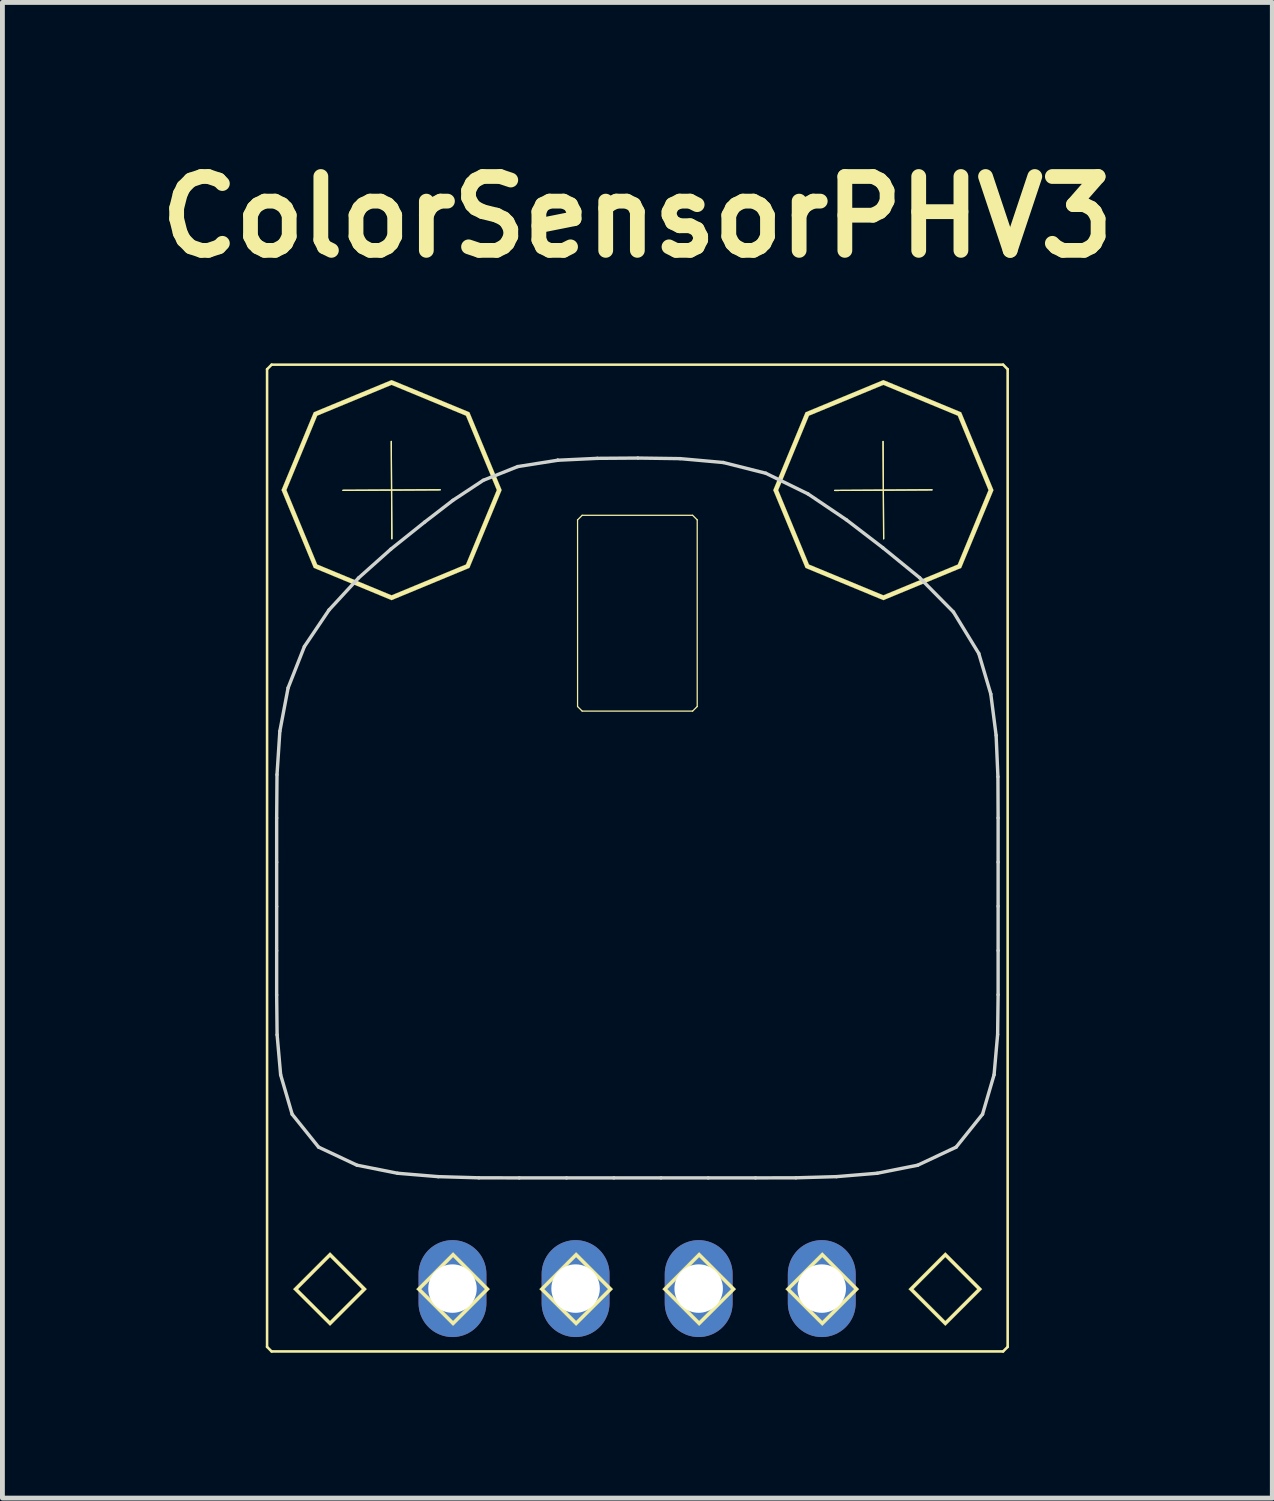
<source format=kicad_pcb>
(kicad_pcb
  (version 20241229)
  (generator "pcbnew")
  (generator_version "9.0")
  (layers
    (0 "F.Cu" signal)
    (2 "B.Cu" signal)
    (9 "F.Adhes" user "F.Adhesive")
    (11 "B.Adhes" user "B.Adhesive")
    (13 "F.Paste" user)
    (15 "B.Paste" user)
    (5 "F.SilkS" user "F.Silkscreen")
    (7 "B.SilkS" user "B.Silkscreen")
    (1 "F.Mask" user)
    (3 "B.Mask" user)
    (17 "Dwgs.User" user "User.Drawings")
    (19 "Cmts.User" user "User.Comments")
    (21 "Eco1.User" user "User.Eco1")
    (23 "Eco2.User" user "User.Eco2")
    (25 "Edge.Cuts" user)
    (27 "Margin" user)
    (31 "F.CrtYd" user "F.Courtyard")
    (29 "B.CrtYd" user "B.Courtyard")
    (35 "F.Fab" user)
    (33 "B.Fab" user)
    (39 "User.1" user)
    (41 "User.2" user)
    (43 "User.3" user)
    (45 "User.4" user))
  (footprint "ColorSensorPHV3"
    (layer "F.Cu")
    (at 10.102 14.656)
    (property "Reference" "ColorSensorPHV3" (at 0 -13.229 0) (layer "F.SilkS") (effects (font (size 1.524 1.524) (thickness 0.305))))
    (attr through_hole)
    (fp_line (start -7.641 -10.087) (end -7.547 -10.181) (stroke (width 0.053) (type solid)) (layer "F.SilkS"))
    (fp_line (start -7.641 10.087) (end -7.641 -10.087) (stroke (width 0.053) (type solid)) (layer "F.SilkS"))
    (fp_line (start -7.547 -10.181) (end 7.547 -10.181) (stroke (width 0.053) (type solid)) (layer "F.SilkS"))
    (fp_line (start -7.547 10.181) (end -7.641 10.087) (stroke (width 0.053) (type solid)) (layer "F.SilkS"))
    (fp_line (start -6.076 -7.588) (end -4.068 -7.599) (stroke (width 0.026) (type solid)) (layer "F.SilkS"))
    (fp_line (start -5.078 -8.597) (end -5.066 -6.589) (stroke (width 0.026) (type solid)) (layer "F.SilkS"))
    (fp_line (start -5.066 -6.589) (end -5.078 -8.597) (stroke (width 0.026) (type solid)) (layer "F.SilkS"))
    (fp_line (start -4.068 -7.599) (end -6.076 -7.588) (stroke (width 0.026) (type solid)) (layer "F.SilkS"))
    (fp_line (start -1.234 -6.978) (end -1.139 -7.073) (stroke (width 0.026) (type solid)) (layer "F.SilkS"))
    (fp_line (start -1.234 -3.127) (end -1.234 -6.978) (stroke (width 0.026) (type solid)) (layer "F.SilkS"))
    (fp_line (start -1.139 -7.073) (end 1.14 -7.073) (stroke (width 0.026) (type solid)) (layer "F.SilkS"))
    (fp_line (start -1.139 -3.033) (end -1.234 -3.127) (stroke (width 0.026) (type solid)) (layer "F.SilkS"))
    (fp_line (start 1.14 -7.073) (end 1.235 -6.978) (stroke (width 0.026) (type solid)) (layer "F.SilkS"))
    (fp_line (start 1.14 -3.033) (end -1.139 -3.033) (stroke (width 0.026) (type solid)) (layer "F.SilkS"))
    (fp_line (start 1.235 -6.978) (end 1.235 -3.127) (stroke (width 0.026) (type solid)) (layer "F.SilkS"))
    (fp_line (start 1.235 -3.127) (end 1.14 -3.033) (stroke (width 0.026) (type solid)) (layer "F.SilkS"))
    (fp_line (start 4.072 -7.586) (end 6.08 -7.598) (stroke (width 0.026) (type solid)) (layer "F.SilkS"))
    (fp_line (start 5.07 -8.596) (end 5.082 -6.588) (stroke (width 0.026) (type solid)) (layer "F.SilkS"))
    (fp_line (start 5.082 -6.588) (end 5.07 -8.596) (stroke (width 0.026) (type solid)) (layer "F.SilkS"))
    (fp_line (start 6.08 -7.598) (end 4.072 -7.586) (stroke (width 0.026) (type solid)) (layer "F.SilkS"))
    (fp_line (start 7.547 -10.181) (end 7.641 -10.087) (stroke (width 0.053) (type solid)) (layer "F.SilkS"))
    (fp_line (start 7.547 10.181) (end -7.547 10.181) (stroke (width 0.053) (type solid)) (layer "F.SilkS"))
    (fp_line (start 7.641 -10.087) (end 7.641 10.087) (stroke (width 0.053) (type solid)) (layer "F.SilkS"))
    (fp_line (start 7.641 10.087) (end 7.547 10.181) (stroke (width 0.053) (type solid)) (layer "F.SilkS"))
    (fp_poly (pts (xy -6.342 8.135) (xy -6.342 8.234) (xy -5.684 8.895) (xy -6.342 9.553) (xy -7.002 8.895) (xy -6.342 8.234) (xy -6.342 8.135) (xy -7.102 8.895) (xy -6.342 9.652) (xy -5.584 8.895) (xy -6.342 8.135)) (stroke (width 0.003) (type solid)) (fill yes) (layer "F.SilkS"))
    (fp_poly (pts (xy -3.803 8.135) (xy -3.803 8.234) (xy -3.145 8.895) (xy -3.803 9.553) (xy -4.461 8.895) (xy -3.803 8.234) (xy -3.803 8.135) (xy -4.561 8.895) (xy -3.803 9.652) (xy -3.045 8.895) (xy -3.803 8.135)) (stroke (width 0.003) (type solid)) (fill yes) (layer "F.SilkS"))
    (fp_poly (pts (xy -1.264 8.135) (xy -1.264 8.234) (xy -0.605 8.895) (xy -1.264 9.553) (xy -1.922 8.895) (xy -1.264 8.234) (xy -1.264 8.135) (xy -2.021 8.895) (xy -1.264 9.652) (xy -0.504 8.895) (xy -1.264 8.135)) (stroke (width 0.003) (type solid)) (fill yes) (layer "F.SilkS"))
    (fp_poly (pts (xy 1.275 8.135) (xy 1.275 8.234) (xy 1.936 8.895) (xy 1.275 9.553) (xy 0.617 8.895) (xy 1.275 8.234) (xy 1.275 8.135) (xy 0.518 8.895) (xy 1.275 9.652) (xy 2.035 8.895) (xy 1.275 8.135)) (stroke (width 0.003) (type solid)) (fill yes) (layer "F.SilkS"))
    (fp_poly (pts (xy 3.816 8.135) (xy 3.816 8.234) (xy 4.475 8.895) (xy 3.816 9.553) (xy 3.156 8.895) (xy 3.816 8.234) (xy 3.816 8.135) (xy 3.057 8.895) (xy 3.816 9.652) (xy 4.574 8.895) (xy 3.816 8.135)) (stroke (width 0.003) (type solid)) (fill yes) (layer "F.SilkS"))
    (fp_poly (pts (xy 6.355 8.135) (xy 6.355 8.234) (xy 7.014 8.895) (xy 6.355 9.553) (xy 5.697 8.895) (xy 6.355 8.234) (xy 6.355 8.135) (xy 5.596 8.895) (xy 6.355 9.652) (xy 7.113 8.895) (xy 6.355 8.135)) (stroke (width 0.003) (type solid)) (fill yes) (layer "F.SilkS"))
    (fp_poly (pts (xy -5.072 -9.863) (xy -5.072 -9.764) (xy -3.537 -9.128) (xy -2.9 -7.594) (xy -3.537 -6.058) (xy -5.072 -5.422) (xy -6.607 -6.058) (xy -7.242 -7.594) (xy -6.607 -9.128) (xy -5.072 -9.764) (xy -5.072 -9.863) (xy -6.677 -9.199) (xy -7.342 -7.594) (xy -6.677 -5.988) (xy -5.072 -5.322) (xy -3.466 -5.988) (xy -2.801 -7.594) (xy -3.466 -9.199) (xy -5.072 -9.863)) (stroke (width 0.003) (type solid)) (fill yes) (layer "F.SilkS"))
    (fp_poly (pts (xy 5.076 -9.863) (xy 5.076 -9.764) (xy 6.611 -9.128) (xy 7.246 -7.592) (xy 6.611 -6.057) (xy 5.076 -5.422) (xy 3.541 -6.057) (xy 2.906 -7.592) (xy 3.541 -9.128) (xy 5.076 -9.764) (xy 5.076 -9.863) (xy 3.47 -9.198) (xy 2.805 -7.592) (xy 3.47 -5.987) (xy 5.076 -5.322) (xy 6.682 -5.987) (xy 7.348 -7.592) (xy 6.682 -9.198) (xy 5.076 -9.863)) (stroke (width 0.003) (type solid)) (fill yes) (layer "F.SilkS"))
    (fp_line (start -7.443 -0.826) (end -7.443 0.086) (stroke (width 0.07) (type solid)) (layer "Edge.Cuts"))
    (fp_line (start -7.443 0.086) (end -7.443 1) (stroke (width 0.07) (type solid)) (layer "Edge.Cuts"))
    (fp_line (start -7.443 1) (end -7.443 1.912) (stroke (width 0.07) (type solid)) (layer "Edge.Cuts"))
    (fp_line (start -7.443 1.912) (end -7.443 2.826) (stroke (width 0.07) (type solid)) (layer "Edge.Cuts"))
    (fp_line (start -7.443 2.826) (end -7.434 3.647) (stroke (width 0.07) (type solid)) (layer "Edge.Cuts"))
    (fp_line (start -7.436 -1.721) (end -7.443 -0.826) (stroke (width 0.07) (type solid)) (layer "Edge.Cuts"))
    (fp_line (start -7.434 3.647) (end -7.361 4.473) (stroke (width 0.07) (type solid)) (layer "Edge.Cuts"))
    (fp_line (start -7.377 -2.619) (end -7.436 -1.721) (stroke (width 0.07) (type solid)) (layer "Edge.Cuts"))
    (fp_line (start -7.361 4.473) (end -7.123 5.287) (stroke (width 0.07) (type solid)) (layer "Edge.Cuts"))
    (fp_line (start -7.207 -3.512) (end -7.377 -2.619) (stroke (width 0.07) (type solid)) (layer "Edge.Cuts"))
    (fp_line (start -7.123 5.287) (end -6.578 5.965) (stroke (width 0.07) (type solid)) (layer "Edge.Cuts"))
    (fp_line (start -6.871 -4.365) (end -7.207 -3.512) (stroke (width 0.07) (type solid)) (layer "Edge.Cuts"))
    (fp_line (start -6.578 5.965) (end -5.785 6.338) (stroke (width 0.07) (type solid)) (layer "Edge.Cuts"))
    (fp_line (start -6.363 -5.119) (end -6.871 -4.365) (stroke (width 0.07) (type solid)) (layer "Edge.Cuts"))
    (fp_line (start -5.785 6.338) (end -4.949 6.504) (stroke (width 0.07) (type solid)) (layer "Edge.Cuts"))
    (fp_line (start -5.754 -5.779) (end -6.363 -5.119) (stroke (width 0.07) (type solid)) (layer "Edge.Cuts"))
    (fp_line (start -5.086 -6.375) (end -5.754 -5.779) (stroke (width 0.07) (type solid)) (layer "Edge.Cuts"))
    (fp_line (start -4.949 6.504) (end -4.109 6.574) (stroke (width 0.07) (type solid)) (layer "Edge.Cuts"))
    (fp_line (start -4.391 -6.931) (end -5.086 -6.375) (stroke (width 0.07) (type solid)) (layer "Edge.Cuts"))
    (fp_line (start -4.109 6.574) (end -3.271 6.598) (stroke (width 0.07) (type solid)) (layer "Edge.Cuts"))
    (fp_line (start -3.807 -7.381) (end -4.391 -6.931) (stroke (width 0.07) (type solid)) (layer "Edge.Cuts"))
    (fp_line (start -3.271 6.598) (end -2.437 6.6) (stroke (width 0.07) (type solid)) (layer "Edge.Cuts"))
    (fp_line (start -3.18 -7.795) (end -3.807 -7.381) (stroke (width 0.07) (type solid)) (layer "Edge.Cuts"))
    (fp_line (start -2.469 -8.078) (end -3.18 -7.795) (stroke (width 0.07) (type solid)) (layer "Edge.Cuts"))
    (fp_line (start -2.437 6.6) (end -1.461 6.6) (stroke (width 0.07) (type solid)) (layer "Edge.Cuts"))
    (fp_line (start -1.643 -8.209) (end -2.469 -8.078) (stroke (width 0.07) (type solid)) (layer "Edge.Cuts"))
    (fp_line (start -1.643 -8.209) (end -1.643 -8.209) (stroke (width 0.07) (type solid)) (layer "Edge.Cuts"))
    (fp_line (start -1.461 6.6) (end -0.486 6.6) (stroke (width 0.07) (type solid)) (layer "Edge.Cuts"))
    (fp_line (start -0.825 -8.248) (end -1.643 -8.209) (stroke (width 0.07) (type solid)) (layer "Edge.Cuts"))
    (fp_line (start -0.486 6.6) (end 0.488 6.6) (stroke (width 0.07) (type solid)) (layer "Edge.Cuts"))
    (fp_line (start 0.01 -8.254) (end -0.825 -8.248) (stroke (width 0.07) (type solid)) (layer "Edge.Cuts"))
    (fp_line (start 0.488 6.6) (end 1.463 6.6) (stroke (width 0.07) (type solid)) (layer "Edge.Cuts"))
    (fp_line (start 0.883 -8.242) (end 0.01 -8.254) (stroke (width 0.07) (type solid)) (layer "Edge.Cuts"))
    (fp_line (start 1.463 6.6) (end 2.438 6.6) (stroke (width 0.07) (type solid)) (layer "Edge.Cuts"))
    (fp_line (start 1.774 -8.162) (end 0.883 -8.242) (stroke (width 0.07) (type solid)) (layer "Edge.Cuts"))
    (fp_line (start 2.438 6.6) (end 3.272 6.598) (stroke (width 0.07) (type solid)) (layer "Edge.Cuts"))
    (fp_line (start 2.649 -7.941) (end 1.774 -8.162) (stroke (width 0.07) (type solid)) (layer "Edge.Cuts"))
    (fp_line (start 3.272 6.598) (end 4.109 6.574) (stroke (width 0.07) (type solid)) (layer "Edge.Cuts"))
    (fp_line (start 3.52 -7.515) (end 2.649 -7.941) (stroke (width 0.07) (type solid)) (layer "Edge.Cuts"))
    (fp_line (start 4.109 6.574) (end 4.949 6.504) (stroke (width 0.07) (type solid)) (layer "Edge.Cuts"))
    (fp_line (start 4.313 -6.98) (end 3.52 -7.515) (stroke (width 0.07) (type solid)) (layer "Edge.Cuts"))
    (fp_line (start 4.949 6.504) (end 5.785 6.338) (stroke (width 0.07) (type solid)) (layer "Edge.Cuts"))
    (fp_line (start 5.067 -6.402) (end 4.313 -6.98) (stroke (width 0.07) (type solid)) (layer "Edge.Cuts"))
    (fp_line (start 5.785 6.338) (end 6.578 5.965) (stroke (width 0.07) (type solid)) (layer "Edge.Cuts"))
    (fp_line (start 5.824 -5.785) (end 5.067 -6.402) (stroke (width 0.07) (type solid)) (layer "Edge.Cuts"))
    (fp_line (start 6.522 -5.078) (end 5.824 -5.785) (stroke (width 0.07) (type solid)) (layer "Edge.Cuts"))
    (fp_line (start 6.578 5.965) (end 7.123 5.285) (stroke (width 0.07) (type solid)) (layer "Edge.Cuts"))
    (fp_line (start 7.045 -4.222) (end 6.522 -5.078) (stroke (width 0.07) (type solid)) (layer "Edge.Cuts"))
    (fp_line (start 7.123 5.285) (end 7.361 4.471) (stroke (width 0.07) (type solid)) (layer "Edge.Cuts"))
    (fp_line (start 7.293 -3.385) (end 7.045 -4.222) (stroke (width 0.07) (type solid)) (layer "Edge.Cuts"))
    (fp_line (start 7.361 4.471) (end 7.434 3.641) (stroke (width 0.07) (type solid)) (layer "Edge.Cuts"))
    (fp_line (start 7.403 -2.531) (end 7.293 -3.385) (stroke (width 0.07) (type solid)) (layer "Edge.Cuts"))
    (fp_line (start 7.434 3.641) (end 7.444 2.82) (stroke (width 0.07) (type solid)) (layer "Edge.Cuts"))
    (fp_line (start 7.44 -1.678) (end 7.403 -2.531) (stroke (width 0.07) (type solid)) (layer "Edge.Cuts"))
    (fp_line (start 7.444 -0.828) (end 7.44 -1.678) (stroke (width 0.07) (type solid)) (layer "Edge.Cuts"))
    (fp_line (start 7.444 0.084) (end 7.444 -0.828) (stroke (width 0.07) (type solid)) (layer "Edge.Cuts"))
    (fp_line (start 7.444 0.994) (end 7.444 0.084) (stroke (width 0.07) (type solid)) (layer "Edge.Cuts"))
    (fp_line (start 7.444 1.908) (end 7.444 0.994) (stroke (width 0.07) (type solid)) (layer "Edge.Cuts"))
    (fp_line (start 7.444 2.82) (end 7.444 1.908) (stroke (width 0.07) (type solid)) (layer "Edge.Cuts"))
    (pad "1" thru_hole oval (at 3.805 8.884 180) (size 1.4 2) (drill 1) (layers "*.Cu" "*.Mask"))
    (pad "2" thru_hole oval (at 1.265 8.884 180) (size 1.4 2) (drill 1) (layers "*.Cu" "*.Mask"))
    (pad "3" thru_hole oval (at -1.275 8.884 180) (size 1.4 2) (drill 1) (layers "*.Cu" "*.Mask"))
    (pad "4" thru_hole oval (at -3.815 8.884 180) (size 1.4 2) (drill 1) (layers "*.Cu" "*.Mask")))
  (gr_rect
    (start -3 -3)
    (end 23.204 27.863)
    (stroke (width 0.1) (type default))
    (fill no)
    (layer "Edge.Cuts")))
</source>
